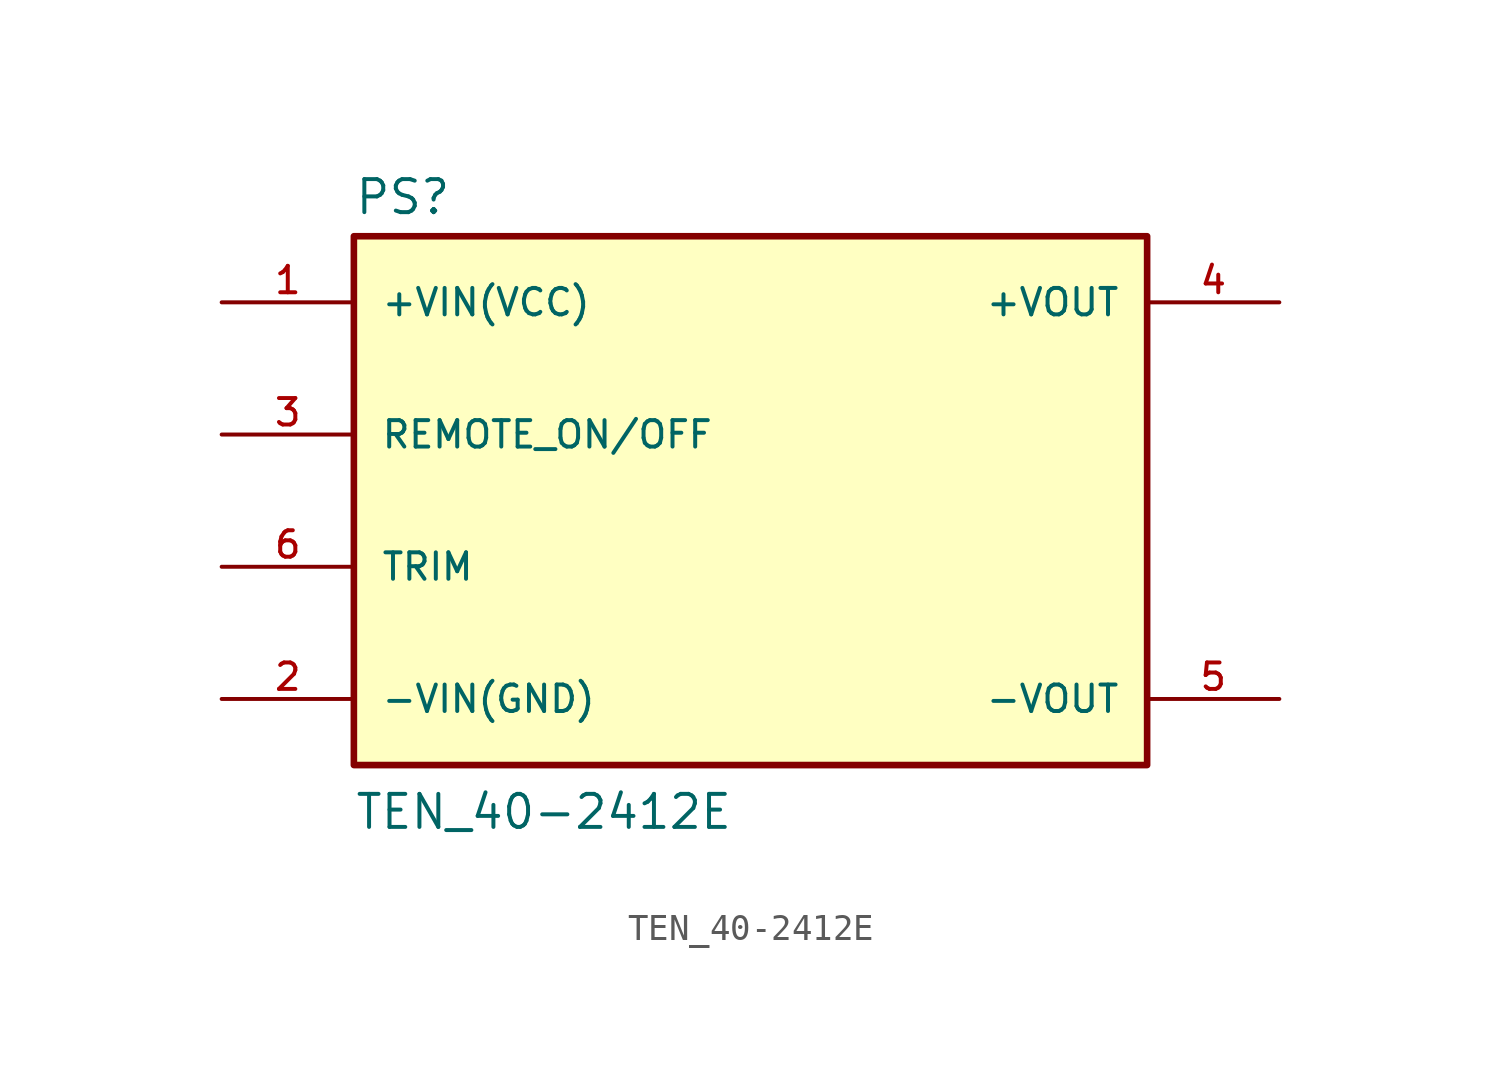
<source format=kicad_sym>
(kicad_symbol_lib
  (version 20211014)
  (generator kicad_symbol_editor)
  (symbol "TEN_40-2412E"
    (pin_names
      (offset 1.016))
    (property "Reference" "PS"
      (at -15.24 10.922 0)
      (effects (font (size 1.27 1.27)) (justify bottom left)))
    (property "Value" "TEN_40-2412E"
      (at -15.24 -12.7 0)
      (effects (font (size 1.27 1.27)) (justify bottom left)))
    (symbol "TEN_40-2412E_0_0"
      (rectangle (start -15.24 -10.16) (end 15.24 10.16) (stroke (width 0.254)) (fill (type background)))
      (pin input line (at -20.32 7.62 0) (length 5.08) (name "+VIN(VCC)" (effects (font (size 1.016 1.016)))) (number "1" (effects (font (size 1.016 1.016)))))
      (pin input line (at -20.32 -7.62 0) (length 5.08) (name "-VIN(GND)" (effects (font (size 1.016 1.016)))) (number "2" (effects (font (size 1.016 1.016)))))
      (pin output line (at 20.32 7.62 180.0) (length 5.08) (name "+VOUT" (effects (font (size 1.016 1.016)))) (number "4" (effects (font (size 1.016 1.016)))))
      (pin output line (at 20.32 -7.62 180.0) (length 5.08) (name "-VOUT" (effects (font (size 1.016 1.016)))) (number "5" (effects (font (size 1.016 1.016)))))
      (pin input line (at -20.32 -2.54 0) (length 5.08) (name "TRIM" (effects (font (size 1.016 1.016)))) (number "6" (effects (font (size 1.016 1.016)))))
      (pin input line (at -20.32 2.54 0) (length 5.08) (name "REMOTE_ON/OFF" (effects (font (size 1.016 1.016)))) (number "3" (effects (font (size 1.016 1.016))))))))
</source>
